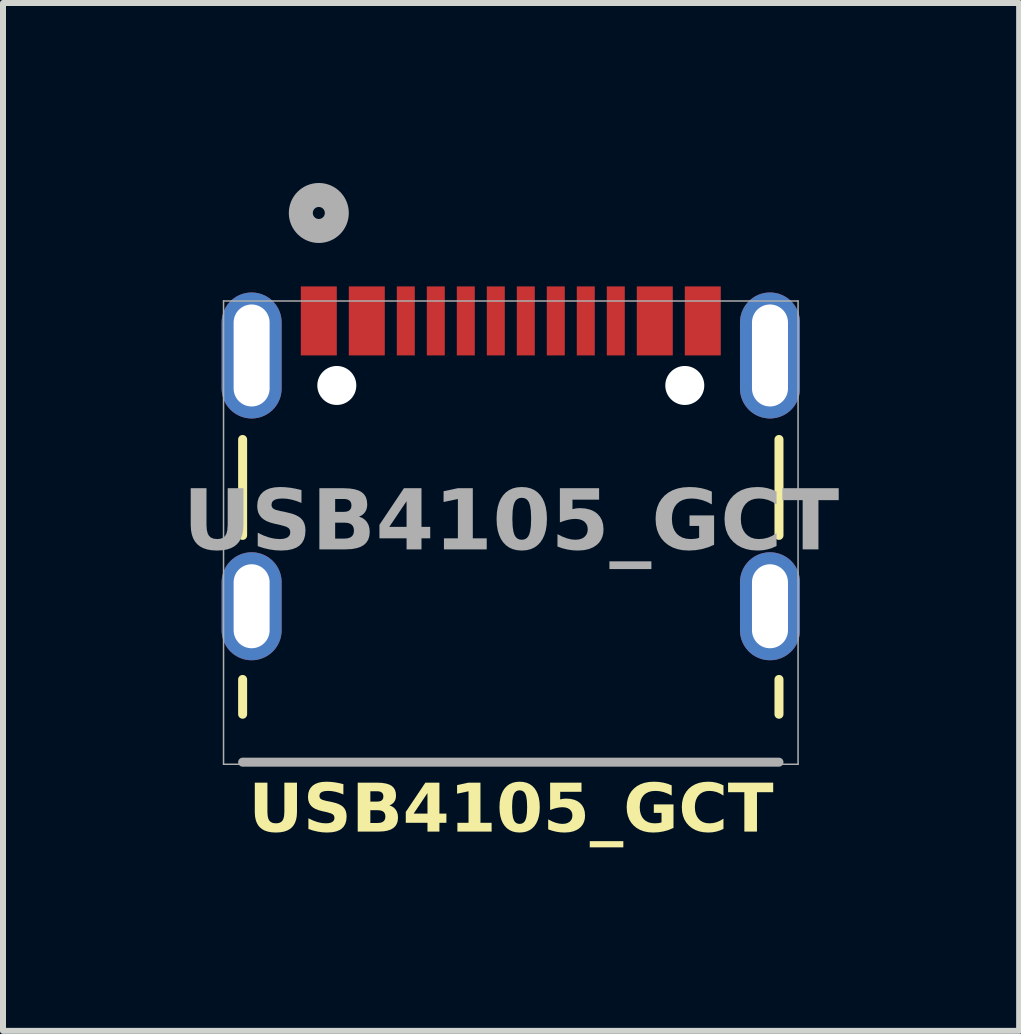
<source format=kicad_pcb>
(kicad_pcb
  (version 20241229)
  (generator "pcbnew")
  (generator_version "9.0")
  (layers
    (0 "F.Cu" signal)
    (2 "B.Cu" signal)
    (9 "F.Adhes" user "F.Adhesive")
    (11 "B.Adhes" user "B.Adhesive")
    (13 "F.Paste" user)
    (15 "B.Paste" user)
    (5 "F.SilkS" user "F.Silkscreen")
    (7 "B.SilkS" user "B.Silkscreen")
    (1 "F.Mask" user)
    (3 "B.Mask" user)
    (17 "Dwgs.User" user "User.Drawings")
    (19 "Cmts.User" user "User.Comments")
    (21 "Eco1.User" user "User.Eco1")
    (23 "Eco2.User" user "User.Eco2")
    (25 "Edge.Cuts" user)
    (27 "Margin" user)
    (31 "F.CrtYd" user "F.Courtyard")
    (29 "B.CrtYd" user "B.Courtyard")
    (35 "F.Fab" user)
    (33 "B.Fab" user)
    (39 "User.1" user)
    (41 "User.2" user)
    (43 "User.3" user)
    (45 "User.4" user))
  (footprint "USB4105_GCT"
    (layer "F.Cu")
    (at 5.464 5.692)
    (property "Reference" "USB4105_GCT" (at 0.005 4.787 0) (unlocked yes) (layer "F.SilkS") (effects (font (face "JetBrains Mono SemiBold") (size 0.8 0.8) (thickness 0.1))))
    (attr smd)
    (fp_line (start -4.47 -1.417) (end -4.47 0.182) (stroke (width 0.15) (type solid)) (layer "F.SilkS"))
    (fp_line (start -4.47 2.583) (end -4.47 3.163) (stroke (width 0.15) (type solid)) (layer "F.SilkS"))
    (fp_line (start 4.47 -1.417) (end 4.47 0.182) (stroke (width 0.15) (type solid)) (layer "F.SilkS"))
    (fp_line (start 4.47 3.163) (end 4.47 2.583) (stroke (width 0.15) (type solid)) (layer "F.SilkS"))
    (fp_line (start -4.788 -3.725) (end -4.788 3.997) (stroke (width 0.025) (type solid)) (layer "F.Fab"))
    (fp_line (start -4.788 3.997) (end 4.788 3.997) (stroke (width 0.025) (type solid)) (layer "F.Fab"))
    (fp_line (start -4.47 3.962) (end 4.47 3.962) (stroke (width 0.15) (type solid)) (layer "F.Fab"))
    (fp_line (start 4.788 -3.725) (end -4.788 -3.725) (stroke (width 0.025) (type solid)) (layer "F.Fab"))
    (fp_line (start 4.788 3.997) (end 4.788 -3.725) (stroke (width 0.025) (type solid)) (layer "F.Fab"))
    (fp_circle (center -3.2 -5.192) (end -2.9 -5.192) (stroke (width 0.4) (type solid)) (fill no) (layer "F.Fab"))
    (fp_text user "${REFERENCE}" (at 0.005 0 0) (unlocked yes) (layer "F.Fab") (effects (font (face "JetBrains Mono SemiBold") (size 1 1) (thickness 0.15))))
    (pad "" np_thru_hole circle (at -2.9 -2.317) (size 0.65 0.65) (drill 0.65) (layers "*.Cu" "*.Mask"))
    (pad "" np_thru_hole circle (at 2.9 -2.317) (size 0.65 0.65) (drill 0.65) (layers "*.Cu" "*.Mask"))
    (pad "A1-B12" smd rect (at -3.2 -3.393) (size 0.6 1.15) (layers "F.Cu" "F.Mask" "F.Paste"))
    (pad "A4-B9" smd rect (at -2.4 -3.393) (size 0.6 1.15) (layers "F.Cu" "F.Mask" "F.Paste"))
    (pad "A5" smd rect (at -1.25 -3.393) (size 0.3 1.15) (layers "F.Cu" "F.Mask" "F.Paste"))
    (pad "A6" smd rect (at -0.25 -3.393) (size 0.3 1.15) (layers "F.Cu" "F.Mask" "F.Paste"))
    (pad "A7" smd rect (at 0.25 -3.393) (size 0.3 1.15) (layers "F.Cu" "F.Mask" "F.Paste"))
    (pad "A8" smd rect (at 1.25 -3.393) (size 0.3 1.15) (layers "F.Cu" "F.Mask" "F.Paste"))
    (pad "B1-A12" smd rect (at 3.2 -3.393) (size 0.6 1.15) (layers "F.Cu" "F.Mask" "F.Paste"))
    (pad "B4-A9" smd rect (at 2.4 -3.393) (size 0.6 1.15) (layers "F.Cu" "F.Mask" "F.Paste"))
    (pad "B5" smd rect (at 1.75 -3.393) (size 0.3 1.15) (layers "F.Cu" "F.Mask" "F.Paste"))
    (pad "B6" smd rect (at 0.75 -3.393) (size 0.3 1.15) (layers "F.Cu" "F.Mask" "F.Paste"))
    (pad "B7" smd rect (at -0.75 -3.393) (size 0.3 1.15) (layers "F.Cu" "F.Mask" "F.Paste"))
    (pad "B8" smd rect (at -1.75 -3.393) (size 0.3 1.15) (layers "F.Cu" "F.Mask" "F.Paste"))
    (pad "S1" thru_hole oval (at -4.32 -2.817) (size 1 2.1) (drill oval 0.6 1.7) (layers "*.Cu" "*.Mask"))
    (pad "S1" thru_hole oval (at -4.32 1.363) (size 1 1.8) (drill oval 0.6 1.4) (layers "*.Cu" "*.Mask"))
    (pad "S1" thru_hole oval (at 4.32 -2.817) (size 1 2.1) (drill oval 0.6 1.7) (layers "*.Cu" "*.Mask"))
    (pad "S1" thru_hole oval (at 4.32 1.363) (size 1 1.8) (drill oval 0.6 1.4) (layers "*.Cu" "*.Mask")))
  (gr_rect
    (start -3 -3)
    (end 13.937 14.133)
    (stroke (width 0.1) (type default))
    (fill no)
    (layer "Edge.Cuts")))
</source>
